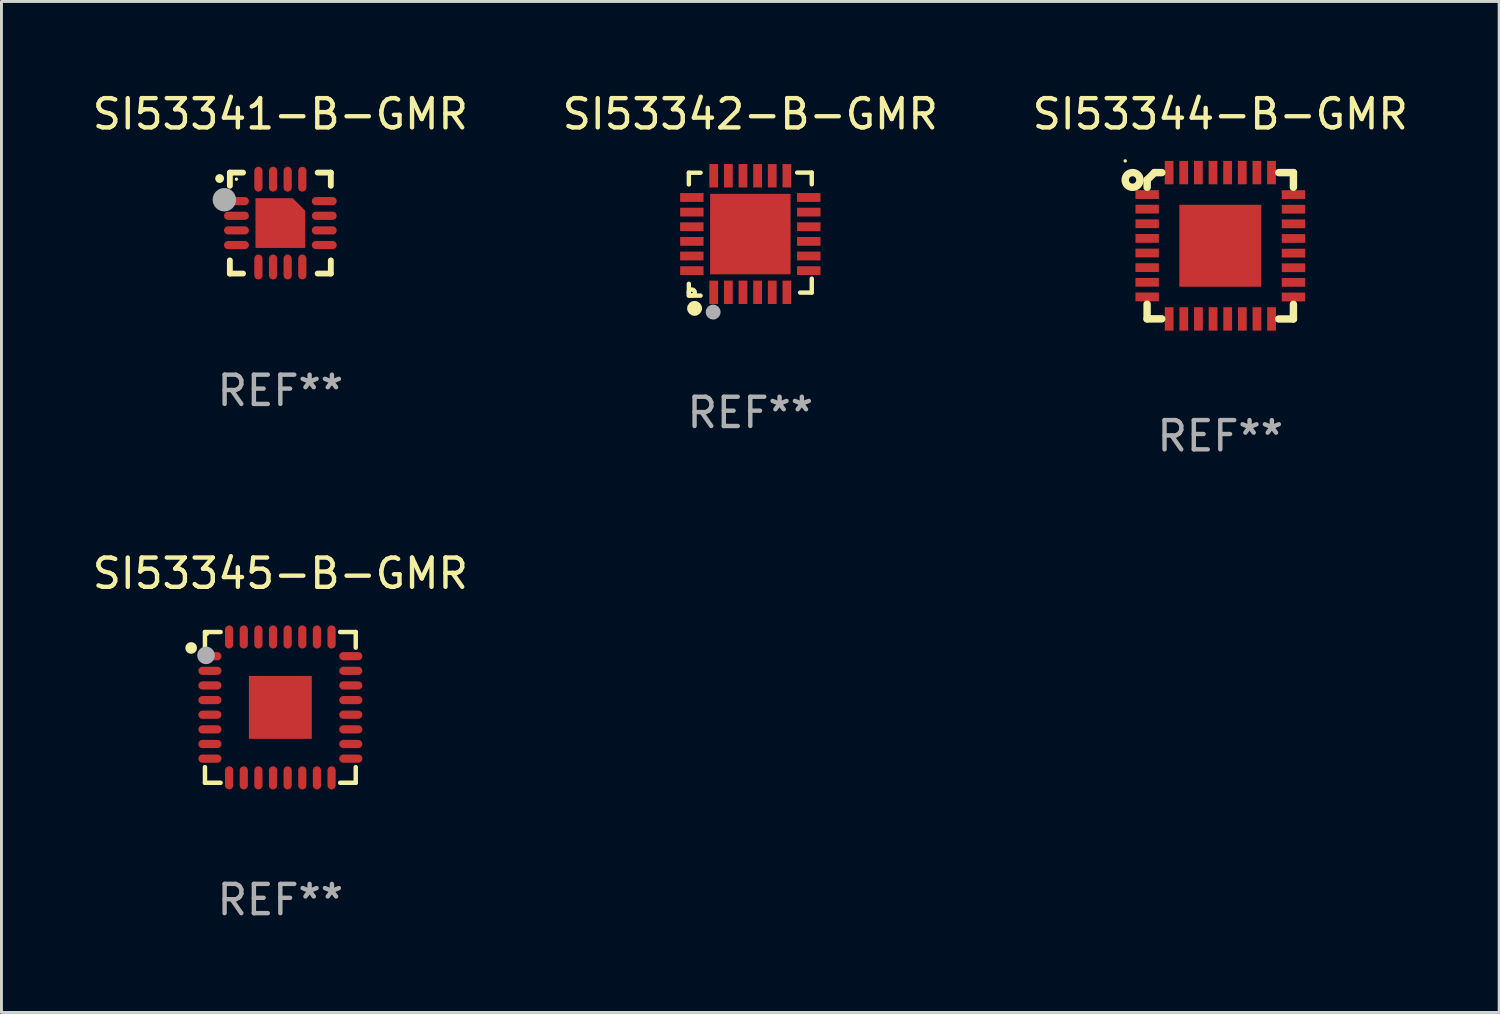
<source format=kicad_pcb>
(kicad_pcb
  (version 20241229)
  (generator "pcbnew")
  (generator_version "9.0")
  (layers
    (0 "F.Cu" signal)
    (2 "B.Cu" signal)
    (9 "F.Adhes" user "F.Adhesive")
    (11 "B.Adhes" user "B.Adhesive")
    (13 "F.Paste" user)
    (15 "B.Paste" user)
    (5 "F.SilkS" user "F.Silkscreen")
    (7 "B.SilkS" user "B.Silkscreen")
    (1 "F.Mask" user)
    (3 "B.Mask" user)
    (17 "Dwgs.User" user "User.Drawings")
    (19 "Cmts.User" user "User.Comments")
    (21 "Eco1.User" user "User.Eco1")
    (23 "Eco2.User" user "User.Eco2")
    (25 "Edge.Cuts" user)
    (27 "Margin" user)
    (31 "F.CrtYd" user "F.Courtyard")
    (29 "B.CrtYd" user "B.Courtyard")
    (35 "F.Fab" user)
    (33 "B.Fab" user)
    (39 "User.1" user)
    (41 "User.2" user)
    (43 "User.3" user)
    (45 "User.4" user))
  (footprint "SI53345-B-GMR"
    (layer "F.Cu")
    (at 6.53 21.123)
    (property "Reference" "SI53345-B-GMR" (at 0 -4.576 0) (layer "F.SilkS") (effects (font (size 1 1) (thickness 0.15))))
    (attr through_hole)
    (fp_line (start -2.576 -2.576) (end -2.042 -2.576) (stroke (width 0.152) (type solid)) (layer "F.SilkS"))
    (fp_line (start -2.576 -2.042) (end -2.576 -2.576) (stroke (width 0.152) (type solid)) (layer "F.SilkS"))
    (fp_line (start -2.576 2.042) (end -2.576 2.576) (stroke (width 0.152) (type solid)) (layer "F.SilkS"))
    (fp_line (start -2.576 2.576) (end -2.042 2.576) (stroke (width 0.152) (type solid)) (layer "F.SilkS"))
    (fp_line (start 2.576 -2.576) (end 2.042 -2.576) (stroke (width 0.152) (type solid)) (layer "F.SilkS"))
    (fp_line (start 2.576 -2.042) (end 2.576 -2.576) (stroke (width 0.152) (type solid)) (layer "F.SilkS"))
    (fp_line (start 2.576 2.042) (end 2.576 2.576) (stroke (width 0.152) (type solid)) (layer "F.SilkS"))
    (fp_line (start 2.576 2.576) (end 2.042 2.576) (stroke (width 0.152) (type solid)) (layer "F.SilkS"))
    (fp_circle (center -3.048 -2.032) (end -2.948 -2.032) (stroke (width 0.2) (type solid)) (fill no) (layer "F.SilkS"))
    (fp_circle (center -2.5 -2.5) (end -2.47 -2.5) (stroke (width 0.06) (type solid)) (fill no) (layer "F.SilkS"))
    (fp_circle (center -2.54 -1.778) (end -2.39 -1.778) (stroke (width 0.3) (type solid)) (fill no) (layer "F.Fab"))
    (fp_text user "REF**" (at 0 6.576 0) (layer "F.Fab") (effects (font (size 1 1) (thickness 0.15))))
    (pad "1" smd oval (at -2.407 -1.75) (size 0.79 0.28) (layers "F.Cu" "F.Mask" "F.Paste"))
    (pad "2" smd oval (at -2.407 -1.25) (size 0.79 0.28) (layers "F.Cu" "F.Mask" "F.Paste"))
    (pad "3" smd oval (at -2.407 -0.75) (size 0.79 0.28) (layers "F.Cu" "F.Mask" "F.Paste"))
    (pad "4" smd oval (at -2.407 -0.25) (size 0.79 0.28) (layers "F.Cu" "F.Mask" "F.Paste"))
    (pad "5" smd oval (at -2.407 0.25) (size 0.79 0.28) (layers "F.Cu" "F.Mask" "F.Paste"))
    (pad "6" smd oval (at -2.407 0.75) (size 0.79 0.28) (layers "F.Cu" "F.Mask" "F.Paste"))
    (pad "7" smd oval (at -2.407 1.25) (size 0.79 0.28) (layers "F.Cu" "F.Mask" "F.Paste"))
    (pad "8" smd oval (at -2.407 1.75) (size 0.79 0.28) (layers "F.Cu" "F.Mask" "F.Paste"))
    (pad "9" smd oval (at -1.75 2.407) (size 0.28 0.79) (layers "F.Cu" "F.Mask" "F.Paste"))
    (pad "10" smd oval (at -1.25 2.407) (size 0.28 0.79) (layers "F.Cu" "F.Mask" "F.Paste"))
    (pad "11" smd oval (at -0.75 2.407) (size 0.28 0.79) (layers "F.Cu" "F.Mask" "F.Paste"))
    (pad "12" smd oval (at -0.25 2.407) (size 0.28 0.79) (layers "F.Cu" "F.Mask" "F.Paste"))
    (pad "13" smd oval (at 0.25 2.407) (size 0.28 0.79) (layers "F.Cu" "F.Mask" "F.Paste"))
    (pad "14" smd oval (at 0.75 2.407) (size 0.28 0.79) (layers "F.Cu" "F.Mask" "F.Paste"))
    (pad "15" smd oval (at 1.25 2.407) (size 0.28 0.79) (layers "F.Cu" "F.Mask" "F.Paste"))
    (pad "16" smd oval (at 1.75 2.407) (size 0.28 0.79) (layers "F.Cu" "F.Mask" "F.Paste"))
    (pad "17" smd oval (at 2.407 1.75) (size 0.79 0.28) (layers "F.Cu" "F.Mask" "F.Paste"))
    (pad "18" smd oval (at 2.407 1.25) (size 0.79 0.28) (layers "F.Cu" "F.Mask" "F.Paste"))
    (pad "19" smd oval (at 2.407 0.75) (size 0.79 0.28) (layers "F.Cu" "F.Mask" "F.Paste"))
    (pad "20" smd oval (at 2.407 0.25) (size 0.79 0.28) (layers "F.Cu" "F.Mask" "F.Paste"))
    (pad "21" smd oval (at 2.407 -0.25) (size 0.79 0.28) (layers "F.Cu" "F.Mask" "F.Paste"))
    (pad "22" smd oval (at 2.407 -0.75) (size 0.79 0.28) (layers "F.Cu" "F.Mask" "F.Paste"))
    (pad "23" smd oval (at 2.407 -1.25) (size 0.79 0.28) (layers "F.Cu" "F.Mask" "F.Paste"))
    (pad "24" smd oval (at 2.407 -1.75) (size 0.79 0.28) (layers "F.Cu" "F.Mask" "F.Paste"))
    (pad "25" smd oval (at 1.75 -2.407) (size 0.28 0.79) (layers "F.Cu" "F.Mask" "F.Paste"))
    (pad "26" smd oval (at 1.25 -2.407) (size 0.28 0.79) (layers "F.Cu" "F.Mask" "F.Paste"))
    (pad "27" smd oval (at 0.75 -2.407) (size 0.28 0.79) (layers "F.Cu" "F.Mask" "F.Paste"))
    (pad "28" smd oval (at 0.25 -2.407) (size 0.28 0.79) (layers "F.Cu" "F.Mask" "F.Paste"))
    (pad "29" smd oval (at -0.25 -2.407) (size 0.28 0.79) (layers "F.Cu" "F.Mask" "F.Paste"))
    (pad "30" smd oval (at -0.75 -2.407) (size 0.28 0.79) (layers "F.Cu" "F.Mask" "F.Paste"))
    (pad "31" smd oval (at -1.25 -2.407) (size 0.28 0.79) (layers "F.Cu" "F.Mask" "F.Paste"))
    (pad "32" smd oval (at -1.75 -2.407) (size 0.28 0.79) (layers "F.Cu" "F.Mask" "F.Paste"))
    (pad "33" smd rect (at -0.000013 0.000013) (size 2.15 2.15) (layers "F.Cu" "F.Mask" "F.Paste")))
  (footprint "SI53344-B-GMR"
    (layer "F.Cu")
    (at 38.649 5.349)
    (property "Reference" "SI53344-B-GMR" (at 0 -4.501 0) (layer "F.SilkS") (effects (font (size 1 1) (thickness 0.15))))
    (attr through_hole)
    (fp_line (start -2.501 2.497) (end -2.501 1.997) (stroke (width 0.254) (type solid)) (layer "F.SilkS"))
    (fp_line (start -2.501 2.497) (end -2.001 2.497) (stroke (width 0.254) (type solid)) (layer "F.SilkS"))
    (fp_line (start -2.499 -2.251) (end -2.499 -2.001) (stroke (width 0.254) (type solid)) (layer "F.SilkS"))
    (fp_line (start -2.249 -2.501) (end -2.499 -2.251) (stroke (width 0.254) (type solid)) (layer "F.SilkS"))
    (fp_line (start -1.999 -2.501) (end -2.249 -2.501) (stroke (width 0.254) (type solid)) (layer "F.SilkS"))
    (fp_line (start 2.499 -2.501) (end 1.999 -2.501) (stroke (width 0.254) (type solid)) (layer "F.SilkS"))
    (fp_line (start 2.499 -2.501) (end 2.499 -2.001) (stroke (width 0.254) (type solid)) (layer "F.SilkS"))
    (fp_line (start 2.499 2.501) (end 1.999 2.501) (stroke (width 0.254) (type solid)) (layer "F.SilkS"))
    (fp_line (start 2.499 2.501) (end 2.499 2.001) (stroke (width 0.254) (type solid)) (layer "F.SilkS"))
    (fp_circle (center -3.249 -2.901) (end -3.219 -2.901) (stroke (width 0.06) (type solid)) (fill no) (layer "F.SilkS"))
    (fp_circle (center -2.997 -2.25) (end -2.872 -2.25) (stroke (width 0.254) (type solid)) (fill no) (layer "F.SilkS"))
    (fp_text user "REF**" (at 0 6.501 0) (layer "F.Fab") (effects (font (size 1 1) (thickness 0.15))))
    (pad "1" smd rect (at -2.499 -1.751 90) (size 0.3 0.8) (layers "F.Cu" "F.Mask" "F.Paste"))
    (pad "2" smd rect (at -2.499 -1.253 90) (size 0.3 0.8) (layers "F.Cu" "F.Mask" "F.Paste"))
    (pad "3" smd rect (at -2.499 -0.753 90) (size 0.3 0.8) (layers "F.Cu" "F.Mask" "F.Paste"))
    (pad "4" smd rect (at -2.499 -0.253 90) (size 0.3 0.8) (layers "F.Cu" "F.Mask" "F.Paste"))
    (pad "5" smd rect (at -2.499 0.247 90) (size 0.3 0.8) (layers "F.Cu" "F.Mask" "F.Paste"))
    (pad "6" smd rect (at -2.499 0.747 90) (size 0.3 0.8) (layers "F.Cu" "F.Mask" "F.Paste"))
    (pad "7" smd rect (at -2.499 1.247 90) (size 0.3 0.8) (layers "F.Cu" "F.Mask" "F.Paste"))
    (pad "8" smd rect (at -2.499 1.747 90) (size 0.3 0.8) (layers "F.Cu" "F.Mask" "F.Paste"))
    (pad "9" smd rect (at -1.747 2.499 180) (size 0.3 0.8) (layers "F.Cu" "F.Mask" "F.Paste"))
    (pad "10" smd rect (at -1.247 2.499 180) (size 0.3 0.8) (layers "F.Cu" "F.Mask" "F.Paste"))
    (pad "11" smd rect (at -0.747 2.499 180) (size 0.3 0.8) (layers "F.Cu" "F.Mask" "F.Paste"))
    (pad "12" smd rect (at -0.247 2.499 180) (size 0.3 0.8) (layers "F.Cu" "F.Mask" "F.Paste"))
    (pad "13" smd rect (at 0.253 2.499 180) (size 0.3 0.8) (layers "F.Cu" "F.Mask" "F.Paste"))
    (pad "14" smd rect (at 0.753 2.499 180) (size 0.3 0.8) (layers "F.Cu" "F.Mask" "F.Paste"))
    (pad "15" smd rect (at 1.253 2.499 180) (size 0.3 0.8) (layers "F.Cu" "F.Mask" "F.Paste"))
    (pad "16" smd rect (at 1.753 2.499 180) (size 0.3 0.8) (layers "F.Cu" "F.Mask" "F.Paste"))
    (pad "17" smd rect (at 2.501 1.75 270) (size 0.3 0.8) (layers "F.Cu" "F.Mask" "F.Paste"))
    (pad "18" smd rect (at 2.501 1.25 270) (size 0.3 0.8) (layers "F.Cu" "F.Mask" "F.Paste"))
    (pad "19" smd rect (at 2.501 0.75 270) (size 0.3 0.8) (layers "F.Cu" "F.Mask" "F.Paste"))
    (pad "20" smd rect (at 2.501 0.25 270) (size 0.3 0.8) (layers "F.Cu" "F.Mask" "F.Paste"))
    (pad "21" smd rect (at 2.501 -0.25 270) (size 0.3 0.8) (layers "F.Cu" "F.Mask" "F.Paste"))
    (pad "22" smd rect (at 2.501 -0.75 270) (size 0.3 0.8) (layers "F.Cu" "F.Mask" "F.Paste"))
    (pad "23" smd rect (at 2.501 -1.25 270) (size 0.3 0.8) (layers "F.Cu" "F.Mask" "F.Paste"))
    (pad "24" smd rect (at 2.501 -1.75 270) (size 0.3 0.8) (layers "F.Cu" "F.Mask" "F.Paste"))
    (pad "25" smd rect (at 1.751 -2.501) (size 0.3 0.8) (layers "F.Cu" "F.Mask" "F.Paste"))
    (pad "26" smd rect (at 1.251 -2.501) (size 0.3 0.8) (layers "F.Cu" "F.Mask" "F.Paste"))
    (pad "27" smd rect (at 0.751 -2.501) (size 0.3 0.8) (layers "F.Cu" "F.Mask" "F.Paste"))
    (pad "28" smd rect (at 0.251 -2.501) (size 0.3 0.8) (layers "F.Cu" "F.Mask" "F.Paste"))
    (pad "29" smd rect (at -0.249 -2.501) (size 0.3 0.8) (layers "F.Cu" "F.Mask" "F.Paste"))
    (pad "30" smd rect (at -0.749 -2.501) (size 0.3 0.8) (layers "F.Cu" "F.Mask" "F.Paste"))
    (pad "31" smd rect (at -1.249 -2.501) (size 0.3 0.8) (layers "F.Cu" "F.Mask" "F.Paste"))
    (pad "32" smd rect (at -1.749 -2.501) (size 0.3 0.8) (layers "F.Cu" "F.Mask" "F.Paste"))
    (pad "33" smd rect (at 0.001 -0.001 90) (size 2.8 2.8) (layers "F.Cu" "F.Mask" "F.Paste")))
  (footprint "SI53342-B-GMR"
    (layer "F.Cu")
    (at 22.589 4.95)
    (property "Reference" "SI53342-B-GMR" (at 0 -4.102 0) (layer "F.SilkS") (effects (font (size 1 1) (thickness 0.15))))
    (attr through_hole)
    (fp_line (start -2.1 -2.098) (end -1.7 -2.098) (stroke (width 0.15) (type solid)) (layer "F.SilkS"))
    (fp_line (start -2.1 -1.698) (end -2.1 -2.098) (stroke (width 0.15) (type solid)) (layer "F.SilkS"))
    (fp_line (start -2.1 2.102) (end -2.1 1.698) (stroke (width 0.15) (type solid)) (layer "F.SilkS"))
    (fp_line (start -1.7 2.102) (end -2.1 2.102) (stroke (width 0.15) (type solid)) (layer "F.SilkS"))
    (fp_line (start 1.6 -2.102) (end 2.1 -2.102) (stroke (width 0.15) (type solid)) (layer "F.SilkS"))
    (fp_line (start 1.7 1.998) (end 2.1 1.998) (stroke (width 0.15) (type solid)) (layer "F.SilkS"))
    (fp_line (start 2.1 -2.102) (end 2.1 -1.702) (stroke (width 0.15) (type solid)) (layer "F.SilkS"))
    (fp_line (start 2.1 1.998) (end 2.1 1.522) (stroke (width 0.15) (type solid)) (layer "F.SilkS"))
    (fp_circle (center -2 1.998) (end -1.97 1.998) (stroke (width 0.15) (type solid)) (fill no) (layer "F.SilkS"))
    (fp_circle (center -1.905 2.538) (end -1.778 2.538) (stroke (width 0.254) (type solid)) (fill no) (layer "F.SilkS"))
    (fp_circle (center -1.27 2.665) (end -1.143 2.665) (stroke (width 0.254) (type solid)) (fill no) (layer "F.Fab"))
    (fp_text user "REF**" (at 0 6.102 0) (layer "F.Fab") (effects (font (size 1 1) (thickness 0.15))))
    (pad "1" smd rect (at -1.25 1.99 180) (size 0.3 0.8) (layers "F.Cu" "F.Mask" "F.Paste"))
    (pad "2" smd rect (at -0.75 1.989 180) (size 0.3 0.8) (layers "F.Cu" "F.Mask" "F.Paste"))
    (pad "3" smd rect (at -0.25 1.989 180) (size 0.3 0.8) (layers "F.Cu" "F.Mask" "F.Paste"))
    (pad "4" smd rect (at 0.25 1.989 180) (size 0.3 0.8) (layers "F.Cu" "F.Mask" "F.Paste"))
    (pad "5" smd rect (at 0.75 1.989 180) (size 0.3 0.8) (layers "F.Cu" "F.Mask" "F.Paste"))
    (pad "6" smd rect (at 1.25 1.989 180) (size 0.3 0.8) (layers "F.Cu" "F.Mask" "F.Paste"))
    (pad "7" smd rect (at 1.998 1.248 270) (size 0.3 0.8) (layers "F.Cu" "F.Mask" "F.Paste"))
    (pad "8" smd rect (at 1.998 0.748 270) (size 0.3 0.8) (layers "F.Cu" "F.Mask" "F.Paste"))
    (pad "9" smd rect (at 1.998 0.248 270) (size 0.3 0.8) (layers "F.Cu" "F.Mask" "F.Paste"))
    (pad "10" smd rect (at 1.998 -0.252 270) (size 0.3 0.8) (layers "F.Cu" "F.Mask" "F.Paste"))
    (pad "11" smd rect (at 1.998 -0.752 270) (size 0.3 0.8) (layers "F.Cu" "F.Mask" "F.Paste"))
    (pad "12" smd rect (at 1.998 -1.252 270) (size 0.3 0.8) (layers "F.Cu" "F.Mask" "F.Paste"))
    (pad "13" smd rect (at 1.25 -1.994) (size 0.3 0.8) (layers "F.Cu" "F.Mask" "F.Paste"))
    (pad "14" smd rect (at 0.75 -1.994) (size 0.3 0.8) (layers "F.Cu" "F.Mask" "F.Paste"))
    (pad "15" smd rect (at 0.25 -1.994) (size 0.3 0.8) (layers "F.Cu" "F.Mask" "F.Paste"))
    (pad "16" smd rect (at -0.25 -1.994) (size 0.3 0.8) (layers "F.Cu" "F.Mask" "F.Paste"))
    (pad "17" smd rect (at -0.75 -1.994) (size 0.3 0.8) (layers "F.Cu" "F.Mask" "F.Paste"))
    (pad "18" smd rect (at -1.25 -1.994) (size 0.3 0.8) (layers "F.Cu" "F.Mask" "F.Paste"))
    (pad "19" smd rect (at -1.998 -1.252 90) (size 0.3 0.8) (layers "F.Cu" "F.Mask" "F.Paste"))
    (pad "20" smd rect (at -1.998 -0.752 90) (size 0.3 0.8) (layers "F.Cu" "F.Mask" "F.Paste"))
    (pad "21" smd rect (at -1.998 -0.252 90) (size 0.3 0.8) (layers "F.Cu" "F.Mask" "F.Paste"))
    (pad "22" smd rect (at -1.998 0.248 90) (size 0.3 0.8) (layers "F.Cu" "F.Mask" "F.Paste"))
    (pad "23" smd rect (at -1.998 0.748 90) (size 0.3 0.8) (layers "F.Cu" "F.Mask" "F.Paste"))
    (pad "24" smd rect (at -1.998 1.248 90) (size 0.3 0.8) (layers "F.Cu" "F.Mask" "F.Paste"))
    (pad "25" smd rect (at 0.001 -0.001 90) (size 2.75 2.75) (layers "F.Cu" "F.Mask" "F.Paste")))
  (footprint "SI53341-B-GMR"
    (layer "F.Cu")
    (at 6.53 4.573)
    (property "Reference" "SI53341-B-GMR" (at 0 -3.725 0) (layer "F.SilkS") (effects (font (size 1 1) (thickness 0.15))))
    (attr through_hole)
    (fp_line (start -1.725 -1.725) (end -1.275 -1.725) (stroke (width 0.2) (type solid)) (layer "F.SilkS"))
    (fp_line (start -1.725 -1.275) (end -1.725 -1.725) (stroke (width 0.2) (type solid)) (layer "F.SilkS"))
    (fp_line (start -1.725 1.725) (end -1.725 1.275) (stroke (width 0.2) (type solid)) (layer "F.SilkS"))
    (fp_line (start -1.275 1.725) (end -1.725 1.725) (stroke (width 0.2) (type solid)) (layer "F.SilkS"))
    (fp_line (start 1.275 -1.725) (end 1.725 -1.725) (stroke (width 0.2) (type solid)) (layer "F.SilkS"))
    (fp_line (start 1.275 1.725) (end 1.725 1.725) (stroke (width 0.2) (type solid)) (layer "F.SilkS"))
    (fp_line (start 1.725 -1.725) (end 1.725 -1.275) (stroke (width 0.2) (type solid)) (layer "F.SilkS"))
    (fp_line (start 1.725 1.725) (end 1.725 1.275) (stroke (width 0.2) (type solid)) (layer "F.SilkS"))
    (fp_arc (start -2.075184 -1.521463) (mid -2.075189 -1.522733) (end -2.075184 -1.524003) (stroke (width 0.3) (type solid)) (layer "F.SilkS"))
    (fp_circle (center -1.5 -1.5) (end -1.47 -1.5) (stroke (width 0.06) (type solid)) (fill no) (layer "F.SilkS"))
    (fp_circle (center -1.914 -0.799) (end -1.714 -0.799) (stroke (width 0.4) (type solid)) (fill no) (layer "F.Fab"))
    (fp_text user "REF**" (at 0 5.725 0) (layer "F.Fab") (effects (font (size 1 1) (thickness 0.15))))
    (pad "1" smd oval (at -1.5 -0.75) (size 0.85 0.28) (layers "F.Cu" "F.Mask" "F.Paste"))
    (pad "2" smd oval (at -1.5 -0.25) (size 0.85 0.28) (layers "F.Cu" "F.Mask" "F.Paste"))
    (pad "3" smd oval (at -1.5 0.25) (size 0.85 0.28) (layers "F.Cu" "F.Mask" "F.Paste"))
    (pad "4" smd oval (at -1.5 0.75) (size 0.85 0.28) (layers "F.Cu" "F.Mask" "F.Paste"))
    (pad "5" smd oval (at -0.75 1.5) (size 0.28 0.85) (layers "F.Cu" "F.Mask" "F.Paste"))
    (pad "6" smd oval (at -0.25 1.5) (size 0.28 0.85) (layers "F.Cu" "F.Mask" "F.Paste"))
    (pad "7" smd oval (at 0.25 1.5) (size 0.28 0.85) (layers "F.Cu" "F.Mask" "F.Paste"))
    (pad "8" smd oval (at 0.75 1.5) (size 0.28 0.85) (layers "F.Cu" "F.Mask" "F.Paste"))
    (pad "9" smd oval (at 1.5 0.75) (size 0.85 0.28) (layers "F.Cu" "F.Mask" "F.Paste"))
    (pad "10" smd oval (at 1.5 0.25) (size 0.85 0.28) (layers "F.Cu" "F.Mask" "F.Paste"))
    (pad "11" smd oval (at 1.5 -0.25) (size 0.85 0.28) (layers "F.Cu" "F.Mask" "F.Paste"))
    (pad "12" smd oval (at 1.5 -0.75) (size 0.85 0.28) (layers "F.Cu" "F.Mask" "F.Paste"))
    (pad "13" smd oval (at 0.75 -1.5) (size 0.28 0.85) (layers "F.Cu" "F.Mask" "F.Paste"))
    (pad "14" smd oval (at 0.25 -1.5) (size 0.28 0.85) (layers "F.Cu" "F.Mask" "F.Paste"))
    (pad "15" smd oval (at -0.25 -1.5) (size 0.28 0.85) (layers "F.Cu" "F.Mask" "F.Paste"))
    (pad "16" smd oval (at -0.75 -1.5) (size 0.28 0.85) (layers "F.Cu" "F.Mask" "F.Paste"))
    (pad "17" smd custom (at 0.000076 0.000076 270) (size 1.7 1.7) (layers "F.Cu" "F.Mask" "F.Paste") (options (anchor circle)) (primitives (gr_poly (pts (xy 0.85 -0.85) (xy 0.85 0.85) (xy -0.85 0.85) (xy -0.85 -0.425) (xy -0.425 -0.85)) (width 0) (fill yes)))))
  (gr_rect
    (start -3 -3)
    (end 48.179 31.548)
    (stroke (width 0.1) (type default))
    (fill no)
    (layer "Edge.Cuts")))
</source>
